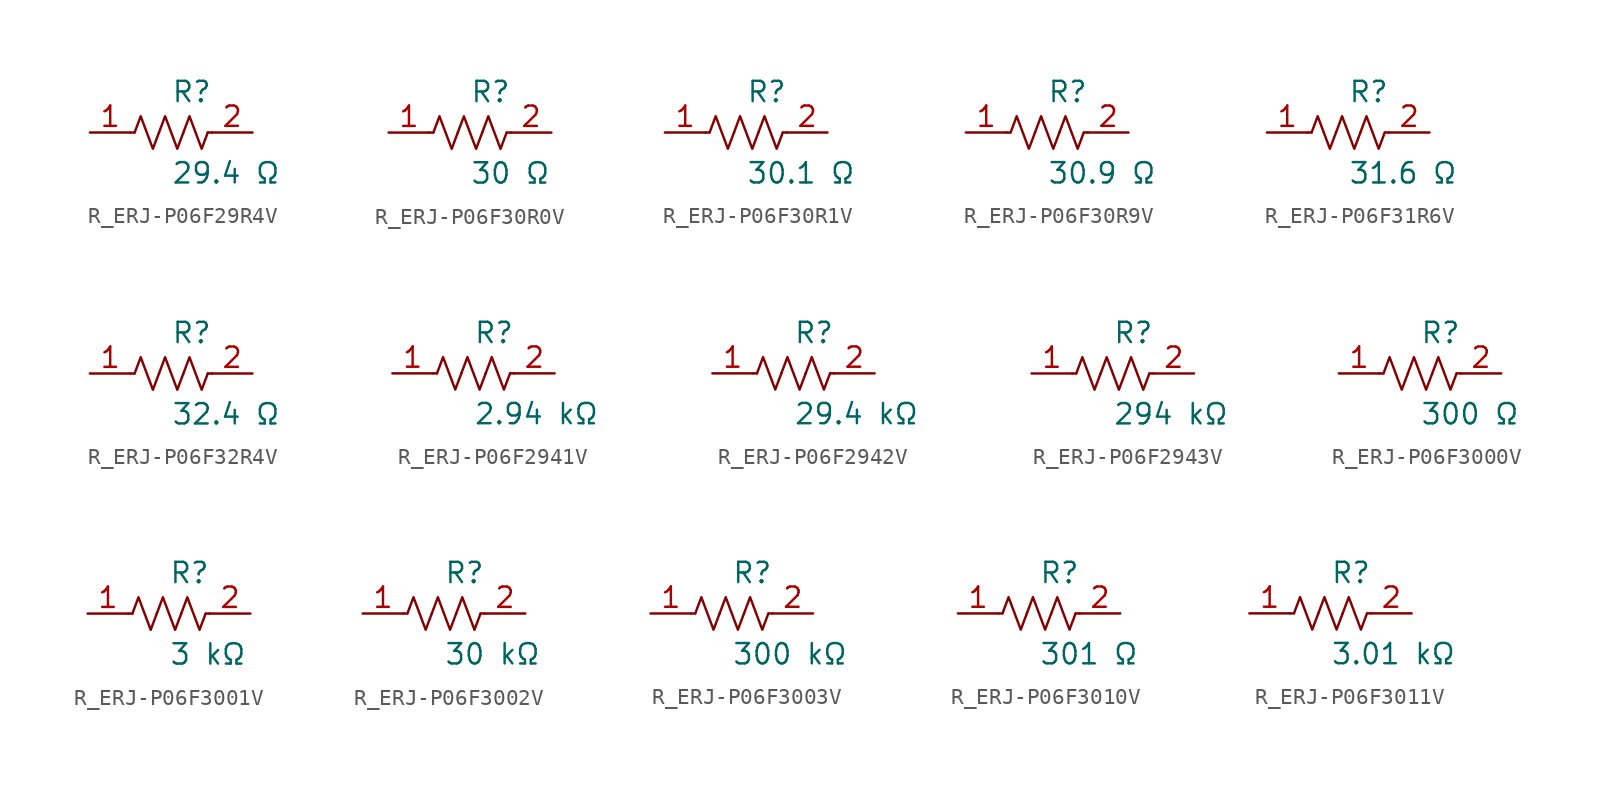
<source format=kicad_sym>
(kicad_symbol_lib
  (version 20231120)
  (generator kicad_symbol_editor)
  (generator_version 8.0)
  (symbol "R_ERJ-P06F29R4V"
    (pin_names
      (offset 0.254))
    (property "Reference" "R"
      (at 0 2.54 0)
      (effects (font (size 1.27 1.27)) (justify left)))
    (property "Value" "29.4 Ω"
      (at 0 -2.54 0)
      (effects (font (size 1.27 1.27)) (justify left)))
    (symbol "R_ERJ-P06F29R4V_0_1"
      (polyline (pts (xy 2.286 0) (xy 2.54 0)) (stroke (width 0) (type default)) (fill (type none)))
      (polyline (pts (xy -2.286 0) (xy -2.54 0)) (stroke (width 0) (type default)) (fill (type none)))
      (polyline (pts (xy 0.762 0) (xy 1.143 1.016) (xy 1.524 0) (xy 1.905 -1.016) (xy 2.286 0)) (stroke (width 0) (type default)) (fill (type none)))
      (polyline (pts (xy -0.762 0) (xy -0.381 1.016) (xy 0 0) (xy 0.381 -1.016) (xy 0.762 0)) (stroke (width 0) (type default)) (fill (type none)))
      (polyline (pts (xy -2.286 0) (xy -1.905 1.016) (xy -1.524 0) (xy -1.143 -1.016) (xy -0.762 0)) (stroke (width 0) (type default)) (fill (type none))))
    (pin passive line
      (at -5.08 0 0)
      (length 2.54)
      (name "" (effects (font (size 1.27 1.27))))
      (number "1" (effects (font (size 1.27 1.27)))))
    (pin passive line
      (at 5.08 0 180)
      (length 2.54)
      (name "" (effects (font (size 1.27 1.27))))
      (number "2" (effects (font (size 1.27 1.27))))))
  (symbol "R_ERJ-P06F30R0V"
    (pin_names
      (offset 0.254))
    (property "Reference" "R"
      (at 0 2.54 0)
      (effects (font (size 1.27 1.27)) (justify left)))
    (property "Value" "30 Ω"
      (at 0 -2.54 0)
      (effects (font (size 1.27 1.27)) (justify left)))
    (symbol "R_ERJ-P06F30R0V_0_1"
      (polyline (pts (xy 2.286 0) (xy 2.54 0)) (stroke (width 0) (type default)) (fill (type none)))
      (polyline (pts (xy -2.286 0) (xy -2.54 0)) (stroke (width 0) (type default)) (fill (type none)))
      (polyline (pts (xy 0.762 0) (xy 1.143 1.016) (xy 1.524 0) (xy 1.905 -1.016) (xy 2.286 0)) (stroke (width 0) (type default)) (fill (type none)))
      (polyline (pts (xy -0.762 0) (xy -0.381 1.016) (xy 0 0) (xy 0.381 -1.016) (xy 0.762 0)) (stroke (width 0) (type default)) (fill (type none)))
      (polyline (pts (xy -2.286 0) (xy -1.905 1.016) (xy -1.524 0) (xy -1.143 -1.016) (xy -0.762 0)) (stroke (width 0) (type default)) (fill (type none))))
    (pin passive line
      (at -5.08 0 0)
      (length 2.54)
      (name "" (effects (font (size 1.27 1.27))))
      (number "1" (effects (font (size 1.27 1.27)))))
    (pin passive line
      (at 5.08 0 180)
      (length 2.54)
      (name "" (effects (font (size 1.27 1.27))))
      (number "2" (effects (font (size 1.27 1.27))))))
  (symbol "R_ERJ-P06F30R1V"
    (pin_names
      (offset 0.254))
    (property "Reference" "R"
      (at 0 2.54 0)
      (effects (font (size 1.27 1.27)) (justify left)))
    (property "Value" "30.1 Ω"
      (at 0 -2.54 0)
      (effects (font (size 1.27 1.27)) (justify left)))
    (symbol "R_ERJ-P06F30R1V_0_1"
      (polyline (pts (xy 2.286 0) (xy 2.54 0)) (stroke (width 0) (type default)) (fill (type none)))
      (polyline (pts (xy -2.286 0) (xy -2.54 0)) (stroke (width 0) (type default)) (fill (type none)))
      (polyline (pts (xy 0.762 0) (xy 1.143 1.016) (xy 1.524 0) (xy 1.905 -1.016) (xy 2.286 0)) (stroke (width 0) (type default)) (fill (type none)))
      (polyline (pts (xy -0.762 0) (xy -0.381 1.016) (xy 0 0) (xy 0.381 -1.016) (xy 0.762 0)) (stroke (width 0) (type default)) (fill (type none)))
      (polyline (pts (xy -2.286 0) (xy -1.905 1.016) (xy -1.524 0) (xy -1.143 -1.016) (xy -0.762 0)) (stroke (width 0) (type default)) (fill (type none))))
    (pin passive line
      (at -5.08 0 0)
      (length 2.54)
      (name "" (effects (font (size 1.27 1.27))))
      (number "1" (effects (font (size 1.27 1.27)))))
    (pin passive line
      (at 5.08 0 180)
      (length 2.54)
      (name "" (effects (font (size 1.27 1.27))))
      (number "2" (effects (font (size 1.27 1.27))))))
  (symbol "R_ERJ-P06F30R9V"
    (pin_names
      (offset 0.254))
    (property "Reference" "R"
      (at 0 2.54 0)
      (effects (font (size 1.27 1.27)) (justify left)))
    (property "Value" "30.9 Ω"
      (at 0 -2.54 0)
      (effects (font (size 1.27 1.27)) (justify left)))
    (symbol "R_ERJ-P06F30R9V_0_1"
      (polyline (pts (xy 2.286 0) (xy 2.54 0)) (stroke (width 0) (type default)) (fill (type none)))
      (polyline (pts (xy -2.286 0) (xy -2.54 0)) (stroke (width 0) (type default)) (fill (type none)))
      (polyline (pts (xy 0.762 0) (xy 1.143 1.016) (xy 1.524 0) (xy 1.905 -1.016) (xy 2.286 0)) (stroke (width 0) (type default)) (fill (type none)))
      (polyline (pts (xy -0.762 0) (xy -0.381 1.016) (xy 0 0) (xy 0.381 -1.016) (xy 0.762 0)) (stroke (width 0) (type default)) (fill (type none)))
      (polyline (pts (xy -2.286 0) (xy -1.905 1.016) (xy -1.524 0) (xy -1.143 -1.016) (xy -0.762 0)) (stroke (width 0) (type default)) (fill (type none))))
    (pin passive line
      (at -5.08 0 0)
      (length 2.54)
      (name "" (effects (font (size 1.27 1.27))))
      (number "1" (effects (font (size 1.27 1.27)))))
    (pin passive line
      (at 5.08 0 180)
      (length 2.54)
      (name "" (effects (font (size 1.27 1.27))))
      (number "2" (effects (font (size 1.27 1.27))))))
  (symbol "R_ERJ-P06F31R6V"
    (pin_names
      (offset 0.254))
    (property "Reference" "R"
      (at 0 2.54 0)
      (effects (font (size 1.27 1.27)) (justify left)))
    (property "Value" "31.6 Ω"
      (at 0 -2.54 0)
      (effects (font (size 1.27 1.27)) (justify left)))
    (symbol "R_ERJ-P06F31R6V_0_1"
      (polyline (pts (xy 2.286 0) (xy 2.54 0)) (stroke (width 0) (type default)) (fill (type none)))
      (polyline (pts (xy -2.286 0) (xy -2.54 0)) (stroke (width 0) (type default)) (fill (type none)))
      (polyline (pts (xy 0.762 0) (xy 1.143 1.016) (xy 1.524 0) (xy 1.905 -1.016) (xy 2.286 0)) (stroke (width 0) (type default)) (fill (type none)))
      (polyline (pts (xy -0.762 0) (xy -0.381 1.016) (xy 0 0) (xy 0.381 -1.016) (xy 0.762 0)) (stroke (width 0) (type default)) (fill (type none)))
      (polyline (pts (xy -2.286 0) (xy -1.905 1.016) (xy -1.524 0) (xy -1.143 -1.016) (xy -0.762 0)) (stroke (width 0) (type default)) (fill (type none))))
    (pin passive line
      (at -5.08 0 0)
      (length 2.54)
      (name "" (effects (font (size 1.27 1.27))))
      (number "1" (effects (font (size 1.27 1.27)))))
    (pin passive line
      (at 5.08 0 180)
      (length 2.54)
      (name "" (effects (font (size 1.27 1.27))))
      (number "2" (effects (font (size 1.27 1.27))))))
  (symbol "R_ERJ-P06F32R4V"
    (pin_names
      (offset 0.254))
    (property "Reference" "R"
      (at 0 2.54 0)
      (effects (font (size 1.27 1.27)) (justify left)))
    (property "Value" "32.4 Ω"
      (at 0 -2.54 0)
      (effects (font (size 1.27 1.27)) (justify left)))
    (symbol "R_ERJ-P06F32R4V_0_1"
      (polyline (pts (xy 2.286 0) (xy 2.54 0)) (stroke (width 0) (type default)) (fill (type none)))
      (polyline (pts (xy -2.286 0) (xy -2.54 0)) (stroke (width 0) (type default)) (fill (type none)))
      (polyline (pts (xy 0.762 0) (xy 1.143 1.016) (xy 1.524 0) (xy 1.905 -1.016) (xy 2.286 0)) (stroke (width 0) (type default)) (fill (type none)))
      (polyline (pts (xy -0.762 0) (xy -0.381 1.016) (xy 0 0) (xy 0.381 -1.016) (xy 0.762 0)) (stroke (width 0) (type default)) (fill (type none)))
      (polyline (pts (xy -2.286 0) (xy -1.905 1.016) (xy -1.524 0) (xy -1.143 -1.016) (xy -0.762 0)) (stroke (width 0) (type default)) (fill (type none))))
    (pin passive line
      (at -5.08 0 0)
      (length 2.54)
      (name "" (effects (font (size 1.27 1.27))))
      (number "1" (effects (font (size 1.27 1.27)))))
    (pin passive line
      (at 5.08 0 180)
      (length 2.54)
      (name "" (effects (font (size 1.27 1.27))))
      (number "2" (effects (font (size 1.27 1.27))))))
  (symbol "R_ERJ-P06F2941V"
    (pin_names
      (offset 0.254))
    (property "Reference" "R"
      (at 0 2.54 0)
      (effects (font (size 1.27 1.27)) (justify left)))
    (property "Value" "2.94 kΩ"
      (at 0 -2.54 0)
      (effects (font (size 1.27 1.27)) (justify left)))
    (symbol "R_ERJ-P06F2941V_0_1"
      (polyline (pts (xy 2.286 0) (xy 2.54 0)) (stroke (width 0) (type default)) (fill (type none)))
      (polyline (pts (xy -2.286 0) (xy -2.54 0)) (stroke (width 0) (type default)) (fill (type none)))
      (polyline (pts (xy 0.762 0) (xy 1.143 1.016) (xy 1.524 0) (xy 1.905 -1.016) (xy 2.286 0)) (stroke (width 0) (type default)) (fill (type none)))
      (polyline (pts (xy -0.762 0) (xy -0.381 1.016) (xy 0 0) (xy 0.381 -1.016) (xy 0.762 0)) (stroke (width 0) (type default)) (fill (type none)))
      (polyline (pts (xy -2.286 0) (xy -1.905 1.016) (xy -1.524 0) (xy -1.143 -1.016) (xy -0.762 0)) (stroke (width 0) (type default)) (fill (type none))))
    (pin passive line
      (at -5.08 0 0)
      (length 2.54)
      (name "" (effects (font (size 1.27 1.27))))
      (number "1" (effects (font (size 1.27 1.27)))))
    (pin passive line
      (at 5.08 0 180)
      (length 2.54)
      (name "" (effects (font (size 1.27 1.27))))
      (number "2" (effects (font (size 1.27 1.27))))))
  (symbol "R_ERJ-P06F2942V"
    (pin_names
      (offset 0.254))
    (property "Reference" "R"
      (at 0 2.54 0)
      (effects (font (size 1.27 1.27)) (justify left)))
    (property "Value" "29.4 kΩ"
      (at 0 -2.54 0)
      (effects (font (size 1.27 1.27)) (justify left)))
    (symbol "R_ERJ-P06F2942V_0_1"
      (polyline (pts (xy 2.286 0) (xy 2.54 0)) (stroke (width 0) (type default)) (fill (type none)))
      (polyline (pts (xy -2.286 0) (xy -2.54 0)) (stroke (width 0) (type default)) (fill (type none)))
      (polyline (pts (xy 0.762 0) (xy 1.143 1.016) (xy 1.524 0) (xy 1.905 -1.016) (xy 2.286 0)) (stroke (width 0) (type default)) (fill (type none)))
      (polyline (pts (xy -0.762 0) (xy -0.381 1.016) (xy 0 0) (xy 0.381 -1.016) (xy 0.762 0)) (stroke (width 0) (type default)) (fill (type none)))
      (polyline (pts (xy -2.286 0) (xy -1.905 1.016) (xy -1.524 0) (xy -1.143 -1.016) (xy -0.762 0)) (stroke (width 0) (type default)) (fill (type none))))
    (pin passive line
      (at -5.08 0 0)
      (length 2.54)
      (name "" (effects (font (size 1.27 1.27))))
      (number "1" (effects (font (size 1.27 1.27)))))
    (pin passive line
      (at 5.08 0 180)
      (length 2.54)
      (name "" (effects (font (size 1.27 1.27))))
      (number "2" (effects (font (size 1.27 1.27))))))
  (symbol "R_ERJ-P06F2943V"
    (pin_names
      (offset 0.254))
    (property "Reference" "R"
      (at 0 2.54 0)
      (effects (font (size 1.27 1.27)) (justify left)))
    (property "Value" "294 kΩ"
      (at 0 -2.54 0)
      (effects (font (size 1.27 1.27)) (justify left)))
    (symbol "R_ERJ-P06F2943V_0_1"
      (polyline (pts (xy 2.286 0) (xy 2.54 0)) (stroke (width 0) (type default)) (fill (type none)))
      (polyline (pts (xy -2.286 0) (xy -2.54 0)) (stroke (width 0) (type default)) (fill (type none)))
      (polyline (pts (xy 0.762 0) (xy 1.143 1.016) (xy 1.524 0) (xy 1.905 -1.016) (xy 2.286 0)) (stroke (width 0) (type default)) (fill (type none)))
      (polyline (pts (xy -0.762 0) (xy -0.381 1.016) (xy 0 0) (xy 0.381 -1.016) (xy 0.762 0)) (stroke (width 0) (type default)) (fill (type none)))
      (polyline (pts (xy -2.286 0) (xy -1.905 1.016) (xy -1.524 0) (xy -1.143 -1.016) (xy -0.762 0)) (stroke (width 0) (type default)) (fill (type none))))
    (pin passive line
      (at -5.08 0 0)
      (length 2.54)
      (name "" (effects (font (size 1.27 1.27))))
      (number "1" (effects (font (size 1.27 1.27)))))
    (pin passive line
      (at 5.08 0 180)
      (length 2.54)
      (name "" (effects (font (size 1.27 1.27))))
      (number "2" (effects (font (size 1.27 1.27))))))
  (symbol "R_ERJ-P06F3000V"
    (pin_names
      (offset 0.254))
    (property "Reference" "R"
      (at 0 2.54 0)
      (effects (font (size 1.27 1.27)) (justify left)))
    (property "Value" "300 Ω"
      (at 0 -2.54 0)
      (effects (font (size 1.27 1.27)) (justify left)))
    (symbol "R_ERJ-P06F3000V_0_1"
      (polyline (pts (xy 2.286 0) (xy 2.54 0)) (stroke (width 0) (type default)) (fill (type none)))
      (polyline (pts (xy -2.286 0) (xy -2.54 0)) (stroke (width 0) (type default)) (fill (type none)))
      (polyline (pts (xy 0.762 0) (xy 1.143 1.016) (xy 1.524 0) (xy 1.905 -1.016) (xy 2.286 0)) (stroke (width 0) (type default)) (fill (type none)))
      (polyline (pts (xy -0.762 0) (xy -0.381 1.016) (xy 0 0) (xy 0.381 -1.016) (xy 0.762 0)) (stroke (width 0) (type default)) (fill (type none)))
      (polyline (pts (xy -2.286 0) (xy -1.905 1.016) (xy -1.524 0) (xy -1.143 -1.016) (xy -0.762 0)) (stroke (width 0) (type default)) (fill (type none))))
    (pin passive line
      (at -5.08 0 0)
      (length 2.54)
      (name "" (effects (font (size 1.27 1.27))))
      (number "1" (effects (font (size 1.27 1.27)))))
    (pin passive line
      (at 5.08 0 180)
      (length 2.54)
      (name "" (effects (font (size 1.27 1.27))))
      (number "2" (effects (font (size 1.27 1.27))))))
  (symbol "R_ERJ-P06F3001V"
    (pin_names
      (offset 0.254))
    (property "Reference" "R"
      (at 0 2.54 0)
      (effects (font (size 1.27 1.27)) (justify left)))
    (property "Value" "3 kΩ"
      (at 0 -2.54 0)
      (effects (font (size 1.27 1.27)) (justify left)))
    (symbol "R_ERJ-P06F3001V_0_1"
      (polyline (pts (xy 2.286 0) (xy 2.54 0)) (stroke (width 0) (type default)) (fill (type none)))
      (polyline (pts (xy -2.286 0) (xy -2.54 0)) (stroke (width 0) (type default)) (fill (type none)))
      (polyline (pts (xy 0.762 0) (xy 1.143 1.016) (xy 1.524 0) (xy 1.905 -1.016) (xy 2.286 0)) (stroke (width 0) (type default)) (fill (type none)))
      (polyline (pts (xy -0.762 0) (xy -0.381 1.016) (xy 0 0) (xy 0.381 -1.016) (xy 0.762 0)) (stroke (width 0) (type default)) (fill (type none)))
      (polyline (pts (xy -2.286 0) (xy -1.905 1.016) (xy -1.524 0) (xy -1.143 -1.016) (xy -0.762 0)) (stroke (width 0) (type default)) (fill (type none))))
    (pin passive line
      (at -5.08 0 0)
      (length 2.54)
      (name "" (effects (font (size 1.27 1.27))))
      (number "1" (effects (font (size 1.27 1.27)))))
    (pin passive line
      (at 5.08 0 180)
      (length 2.54)
      (name "" (effects (font (size 1.27 1.27))))
      (number "2" (effects (font (size 1.27 1.27))))))
  (symbol "R_ERJ-P06F3002V"
    (pin_names
      (offset 0.254))
    (property "Reference" "R"
      (at 0 2.54 0)
      (effects (font (size 1.27 1.27)) (justify left)))
    (property "Value" "30 kΩ"
      (at 0 -2.54 0)
      (effects (font (size 1.27 1.27)) (justify left)))
    (symbol "R_ERJ-P06F3002V_0_1"
      (polyline (pts (xy 2.286 0) (xy 2.54 0)) (stroke (width 0) (type default)) (fill (type none)))
      (polyline (pts (xy -2.286 0) (xy -2.54 0)) (stroke (width 0) (type default)) (fill (type none)))
      (polyline (pts (xy 0.762 0) (xy 1.143 1.016) (xy 1.524 0) (xy 1.905 -1.016) (xy 2.286 0)) (stroke (width 0) (type default)) (fill (type none)))
      (polyline (pts (xy -0.762 0) (xy -0.381 1.016) (xy 0 0) (xy 0.381 -1.016) (xy 0.762 0)) (stroke (width 0) (type default)) (fill (type none)))
      (polyline (pts (xy -2.286 0) (xy -1.905 1.016) (xy -1.524 0) (xy -1.143 -1.016) (xy -0.762 0)) (stroke (width 0) (type default)) (fill (type none))))
    (pin passive line
      (at -5.08 0 0)
      (length 2.54)
      (name "" (effects (font (size 1.27 1.27))))
      (number "1" (effects (font (size 1.27 1.27)))))
    (pin passive line
      (at 5.08 0 180)
      (length 2.54)
      (name "" (effects (font (size 1.27 1.27))))
      (number "2" (effects (font (size 1.27 1.27))))))
  (symbol "R_ERJ-P06F3003V"
    (pin_names
      (offset 0.254))
    (property "Reference" "R"
      (at 0 2.54 0)
      (effects (font (size 1.27 1.27)) (justify left)))
    (property "Value" "300 kΩ"
      (at 0 -2.54 0)
      (effects (font (size 1.27 1.27)) (justify left)))
    (symbol "R_ERJ-P06F3003V_0_1"
      (polyline (pts (xy 2.286 0) (xy 2.54 0)) (stroke (width 0) (type default)) (fill (type none)))
      (polyline (pts (xy -2.286 0) (xy -2.54 0)) (stroke (width 0) (type default)) (fill (type none)))
      (polyline (pts (xy 0.762 0) (xy 1.143 1.016) (xy 1.524 0) (xy 1.905 -1.016) (xy 2.286 0)) (stroke (width 0) (type default)) (fill (type none)))
      (polyline (pts (xy -0.762 0) (xy -0.381 1.016) (xy 0 0) (xy 0.381 -1.016) (xy 0.762 0)) (stroke (width 0) (type default)) (fill (type none)))
      (polyline (pts (xy -2.286 0) (xy -1.905 1.016) (xy -1.524 0) (xy -1.143 -1.016) (xy -0.762 0)) (stroke (width 0) (type default)) (fill (type none))))
    (pin passive line
      (at -5.08 0 0)
      (length 2.54)
      (name "" (effects (font (size 1.27 1.27))))
      (number "1" (effects (font (size 1.27 1.27)))))
    (pin passive line
      (at 5.08 0 180)
      (length 2.54)
      (name "" (effects (font (size 1.27 1.27))))
      (number "2" (effects (font (size 1.27 1.27))))))
  (symbol "R_ERJ-P06F3010V"
    (pin_names
      (offset 0.254))
    (property "Reference" "R"
      (at 0 2.54 0)
      (effects (font (size 1.27 1.27)) (justify left)))
    (property "Value" "301 Ω"
      (at 0 -2.54 0)
      (effects (font (size 1.27 1.27)) (justify left)))
    (symbol "R_ERJ-P06F3010V_0_1"
      (polyline (pts (xy 2.286 0) (xy 2.54 0)) (stroke (width 0) (type default)) (fill (type none)))
      (polyline (pts (xy -2.286 0) (xy -2.54 0)) (stroke (width 0) (type default)) (fill (type none)))
      (polyline (pts (xy 0.762 0) (xy 1.143 1.016) (xy 1.524 0) (xy 1.905 -1.016) (xy 2.286 0)) (stroke (width 0) (type default)) (fill (type none)))
      (polyline (pts (xy -0.762 0) (xy -0.381 1.016) (xy 0 0) (xy 0.381 -1.016) (xy 0.762 0)) (stroke (width 0) (type default)) (fill (type none)))
      (polyline (pts (xy -2.286 0) (xy -1.905 1.016) (xy -1.524 0) (xy -1.143 -1.016) (xy -0.762 0)) (stroke (width 0) (type default)) (fill (type none))))
    (pin passive line
      (at -5.08 0 0)
      (length 2.54)
      (name "" (effects (font (size 1.27 1.27))))
      (number "1" (effects (font (size 1.27 1.27)))))
    (pin passive line
      (at 5.08 0 180)
      (length 2.54)
      (name "" (effects (font (size 1.27 1.27))))
      (number "2" (effects (font (size 1.27 1.27))))))
  (symbol "R_ERJ-P06F3011V"
    (pin_names
      (offset 0.254))
    (property "Reference" "R"
      (at 0 2.54 0)
      (effects (font (size 1.27 1.27)) (justify left)))
    (property "Value" "3.01 kΩ"
      (at 0 -2.54 0)
      (effects (font (size 1.27 1.27)) (justify left)))
    (symbol "R_ERJ-P06F3011V_0_1"
      (polyline (pts (xy 2.286 0) (xy 2.54 0)) (stroke (width 0) (type default)) (fill (type none)))
      (polyline (pts (xy -2.286 0) (xy -2.54 0)) (stroke (width 0) (type default)) (fill (type none)))
      (polyline (pts (xy 0.762 0) (xy 1.143 1.016) (xy 1.524 0) (xy 1.905 -1.016) (xy 2.286 0)) (stroke (width 0) (type default)) (fill (type none)))
      (polyline (pts (xy -0.762 0) (xy -0.381 1.016) (xy 0 0) (xy 0.381 -1.016) (xy 0.762 0)) (stroke (width 0) (type default)) (fill (type none)))
      (polyline (pts (xy -2.286 0) (xy -1.905 1.016) (xy -1.524 0) (xy -1.143 -1.016) (xy -0.762 0)) (stroke (width 0) (type default)) (fill (type none))))
    (pin passive line
      (at -5.08 0 0)
      (length 2.54)
      (name "" (effects (font (size 1.27 1.27))))
      (number "1" (effects (font (size 1.27 1.27)))))
    (pin passive line
      (at 5.08 0 180)
      (length 2.54)
      (name "" (effects (font (size 1.27 1.27))))
      (number "2" (effects (font (size 1.27 1.27)))))))
</source>
